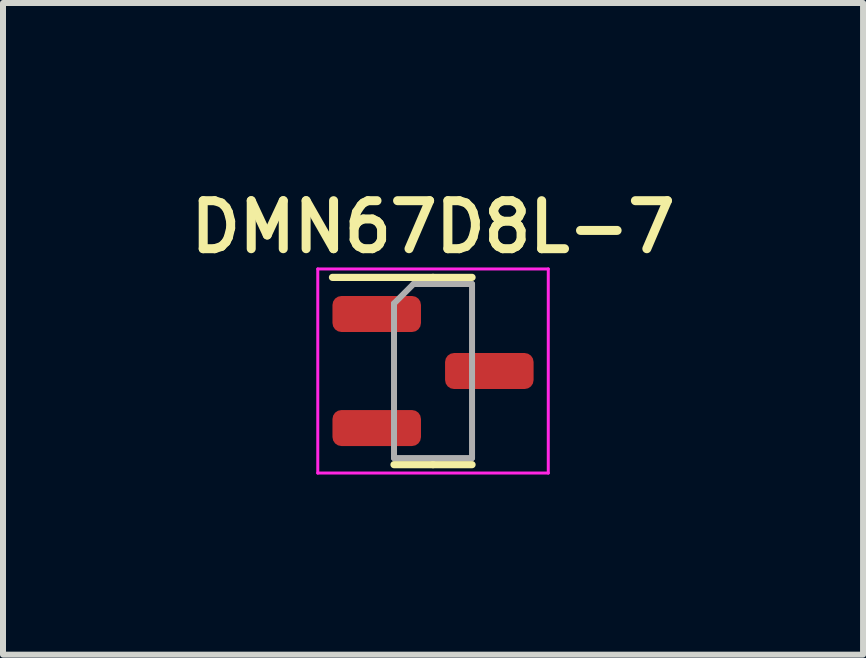
<source format=kicad_pcb>
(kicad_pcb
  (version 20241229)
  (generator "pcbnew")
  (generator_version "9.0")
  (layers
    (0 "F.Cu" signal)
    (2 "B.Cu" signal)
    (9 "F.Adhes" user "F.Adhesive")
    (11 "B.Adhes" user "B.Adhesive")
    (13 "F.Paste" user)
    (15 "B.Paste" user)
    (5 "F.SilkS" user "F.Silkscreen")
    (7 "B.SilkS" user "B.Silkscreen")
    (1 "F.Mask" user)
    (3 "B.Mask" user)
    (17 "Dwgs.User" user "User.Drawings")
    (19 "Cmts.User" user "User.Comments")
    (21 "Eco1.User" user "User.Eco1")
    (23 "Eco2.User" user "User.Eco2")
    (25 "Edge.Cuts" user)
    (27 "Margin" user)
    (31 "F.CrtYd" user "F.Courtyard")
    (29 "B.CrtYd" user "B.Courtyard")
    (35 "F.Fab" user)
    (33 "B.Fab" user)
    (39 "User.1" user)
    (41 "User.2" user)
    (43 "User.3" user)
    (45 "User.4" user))
  (footprint "DMN67D8L-7"
    (layer "F.Cu")
    (at 4.164 3.131)
    (property "Reference" "DMN67D8L-7" (at 0 -2.4 0) (layer "F.SilkS") (effects (font (size 0.8 0.8) (thickness 0.15))))
    (attr smd)
    (fp_line (start 0 -1.56) (end -1.675 -1.56) (stroke (width 0.12) (type solid)) (layer "F.SilkS"))
    (fp_line (start 0 -1.56) (end 0.65 -1.56) (stroke (width 0.12) (type solid)) (layer "F.SilkS"))
    (fp_line (start 0 1.56) (end -0.65 1.56) (stroke (width 0.12) (type solid)) (layer "F.SilkS"))
    (fp_line (start 0 1.56) (end 0.65 1.56) (stroke (width 0.12) (type solid)) (layer "F.SilkS"))
    (fp_line (start -1.92 -1.7) (end -1.92 1.7) (stroke (width 0.05) (type solid)) (layer "F.CrtYd"))
    (fp_line (start -1.92 1.7) (end 1.92 1.7) (stroke (width 0.05) (type solid)) (layer "F.CrtYd"))
    (fp_line (start 1.92 -1.7) (end -1.92 -1.7) (stroke (width 0.05) (type solid)) (layer "F.CrtYd"))
    (fp_line (start 1.92 1.7) (end 1.92 -1.7) (stroke (width 0.05) (type solid)) (layer "F.CrtYd"))
    (fp_line (start -0.65 -1.125) (end -0.325 -1.45) (stroke (width 0.1) (type solid)) (layer "F.Fab"))
    (fp_line (start -0.65 1.45) (end -0.65 -1.125) (stroke (width 0.1) (type solid)) (layer "F.Fab"))
    (fp_line (start -0.325 -1.45) (end 0.65 -1.45) (stroke (width 0.1) (type solid)) (layer "F.Fab"))
    (fp_line (start 0.65 -1.45) (end 0.65 1.45) (stroke (width 0.1) (type solid)) (layer "F.Fab"))
    (fp_line (start 0.65 1.45) (end -0.65 1.45) (stroke (width 0.1) (type solid)) (layer "F.Fab"))
    (pad "1" smd roundrect (at -0.938 -0.95) (size 1.475 0.6) (layers "F.Cu" "F.Mask" "F.Paste") (roundrect_rratio 0.25))
    (pad "2" smd roundrect (at -0.938 0.95) (size 1.475 0.6) (layers "F.Cu" "F.Mask" "F.Paste") (roundrect_rratio 0.25))
    (pad "3" smd roundrect (at 0.938 0) (size 1.475 0.6) (layers "F.Cu" "F.Mask" "F.Paste") (roundrect_rratio 0.25)))
  (gr_rect
    (start -3 -3)
    (end 11.328 7.856)
    (stroke (width 0.1) (type default))
    (fill no)
    (layer "Edge.Cuts")))
</source>
